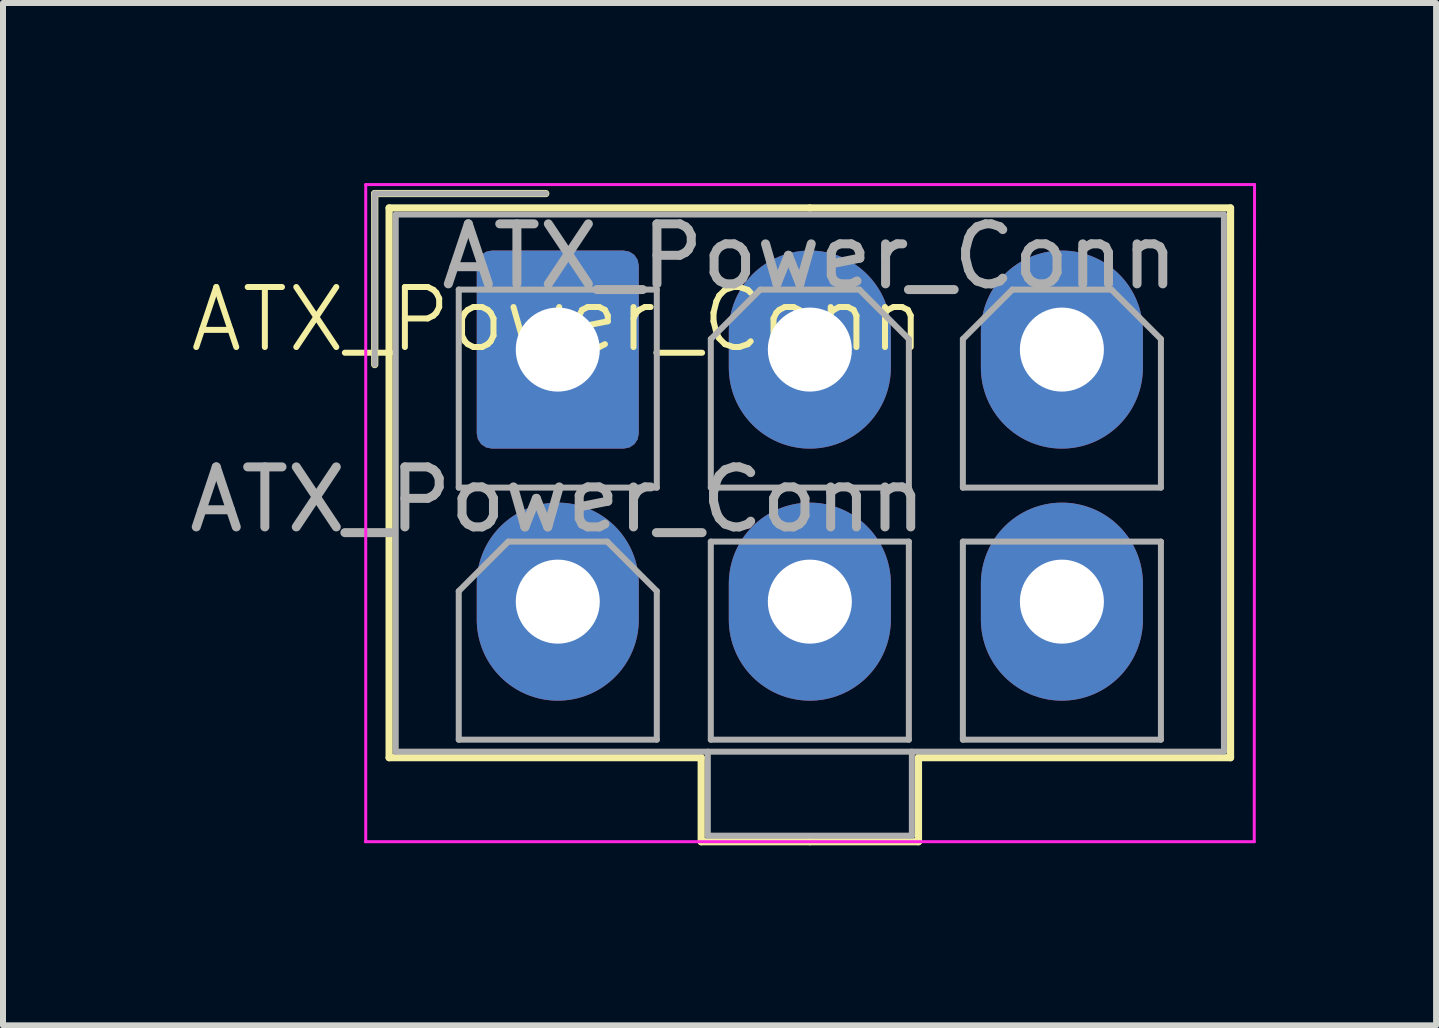
<source format=kicad_pcb>
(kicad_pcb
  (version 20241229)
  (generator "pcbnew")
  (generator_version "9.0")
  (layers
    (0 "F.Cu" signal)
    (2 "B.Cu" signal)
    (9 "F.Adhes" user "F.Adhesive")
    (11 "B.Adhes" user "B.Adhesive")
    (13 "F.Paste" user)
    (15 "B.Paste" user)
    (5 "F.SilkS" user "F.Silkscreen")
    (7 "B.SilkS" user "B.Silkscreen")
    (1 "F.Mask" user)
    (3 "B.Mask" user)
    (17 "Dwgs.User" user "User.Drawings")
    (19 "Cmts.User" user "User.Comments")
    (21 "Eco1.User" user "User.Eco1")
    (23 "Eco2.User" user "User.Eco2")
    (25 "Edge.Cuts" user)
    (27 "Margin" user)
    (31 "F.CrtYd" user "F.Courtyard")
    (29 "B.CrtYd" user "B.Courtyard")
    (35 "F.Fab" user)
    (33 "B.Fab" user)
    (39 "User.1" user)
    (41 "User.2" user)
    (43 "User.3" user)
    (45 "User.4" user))
  (footprint "ATX_Power_Conn"
    (layer "F.Cu")
    (at 6.244 2.775)
    (property "Reference" "ATX_Power_Conn" (at 0 -0.5 0) (unlocked yes) (layer "F.SilkS") (effects (font (size 1 1) (thickness 0.1))))
    (attr smd)
    (fp_line (start -3.05 -2.6) (end -3.05 0.25) (stroke (width 0.12) (type solid)) (layer "F.SilkS"))
    (fp_line (start -2.81 -2.36) (end -2.81 6.8) (stroke (width 0.12) (type solid)) (layer "F.SilkS"))
    (fp_line (start -2.81 6.8) (end 2.39 6.8) (stroke (width 0.12) (type solid)) (layer "F.SilkS"))
    (fp_line (start -0.2 -2.6) (end -3.05 -2.6) (stroke (width 0.12) (type solid)) (layer "F.SilkS"))
    (fp_line (start 2.39 6.8) (end 2.39 8.2) (stroke (width 0.12) (type solid)) (layer "F.SilkS"))
    (fp_line (start 2.39 8.2) (end 4.2 8.2) (stroke (width 0.12) (type solid)) (layer "F.SilkS"))
    (fp_line (start 4.2 -2.36) (end -2.81 -2.36) (stroke (width 0.12) (type solid)) (layer "F.SilkS"))
    (fp_line (start 4.2 -2.36) (end 11.21 -2.36) (stroke (width 0.12) (type solid)) (layer "F.SilkS"))
    (fp_line (start 6.01 6.8) (end 6.01 8.2) (stroke (width 0.12) (type solid)) (layer "F.SilkS"))
    (fp_line (start 6.01 8.2) (end 4.2 8.2) (stroke (width 0.12) (type solid)) (layer "F.SilkS"))
    (fp_line (start 11.21 -2.36) (end 11.21 6.8) (stroke (width 0.12) (type solid)) (layer "F.SilkS"))
    (fp_line (start 11.21 6.8) (end 6.01 6.8) (stroke (width 0.12) (type solid)) (layer "F.SilkS"))
    (fp_line (start -3.205 8.2) (end 11.605 8.2) (stroke (width 0.05) (type solid)) (layer "F.CrtYd"))
    (fp_line (start -3.2 -2.75) (end -3.2 8.2) (stroke (width 0.05) (type solid)) (layer "F.CrtYd"))
    (fp_line (start 11.605 8.2) (end 11.61 -2.75) (stroke (width 0.05) (type solid)) (layer "F.CrtYd"))
    (fp_line (start 11.61 -2.75) (end -3.2 -2.75) (stroke (width 0.05) (type solid)) (layer "F.CrtYd"))
    (fp_line (start -3.05 -2.6) (end -3.05 0.25) (stroke (width 0.1) (type solid)) (layer "F.Fab"))
    (fp_line (start -2.7 -2.25) (end -2.7 6.7) (stroke (width 0.1) (type solid)) (layer "F.Fab"))
    (fp_line (start -2.7 6.7) (end 11.1 6.7) (stroke (width 0.1) (type solid)) (layer "F.Fab"))
    (fp_line (start -1.65 -1) (end -1.65 2.3) (stroke (width 0.1) (type solid)) (layer "F.Fab"))
    (fp_line (start -1.65 2.3) (end 1.65 2.3) (stroke (width 0.1) (type solid)) (layer "F.Fab"))
    (fp_line (start -1.65 4.025) (end -0.825 3.2) (stroke (width 0.1) (type solid)) (layer "F.Fab"))
    (fp_line (start -1.65 6.5) (end -1.65 4.025) (stroke (width 0.1) (type solid)) (layer "F.Fab"))
    (fp_line (start -0.825 3.2) (end 0.825 3.2) (stroke (width 0.1) (type solid)) (layer "F.Fab"))
    (fp_line (start -0.2 -2.6) (end -3.05 -2.6) (stroke (width 0.1) (type solid)) (layer "F.Fab"))
    (fp_line (start 0.825 3.2) (end 1.65 4.025) (stroke (width 0.1) (type solid)) (layer "F.Fab"))
    (fp_line (start 1.65 -1) (end -1.65 -1) (stroke (width 0.1) (type solid)) (layer "F.Fab"))
    (fp_line (start 1.65 2.3) (end 1.65 -1) (stroke (width 0.1) (type solid)) (layer "F.Fab"))
    (fp_line (start 1.65 4.025) (end 1.65 6.5) (stroke (width 0.1) (type solid)) (layer "F.Fab"))
    (fp_line (start 1.65 6.5) (end -1.65 6.5) (stroke (width 0.1) (type solid)) (layer "F.Fab"))
    (fp_line (start 2.5 6.7) (end 2.5 8.1) (stroke (width 0.1) (type solid)) (layer "F.Fab"))
    (fp_line (start 2.5 8.1) (end 5.9 8.1) (stroke (width 0.1) (type solid)) (layer "F.Fab"))
    (fp_line (start 2.55 -0.175) (end 3.375 -1) (stroke (width 0.1) (type solid)) (layer "F.Fab"))
    (fp_line (start 2.55 2.3) (end 2.55 -0.175) (stroke (width 0.1) (type solid)) (layer "F.Fab"))
    (fp_line (start 2.55 3.2) (end 2.55 6.5) (stroke (width 0.1) (type solid)) (layer "F.Fab"))
    (fp_line (start 2.55 6.5) (end 5.85 6.5) (stroke (width 0.1) (type solid)) (layer "F.Fab"))
    (fp_line (start 3.375 -1) (end 5.025 -1) (stroke (width 0.1) (type solid)) (layer "F.Fab"))
    (fp_line (start 5.025 -1) (end 5.85 -0.175) (stroke (width 0.1) (type solid)) (layer "F.Fab"))
    (fp_line (start 5.85 -0.175) (end 5.85 2.3) (stroke (width 0.1) (type solid)) (layer "F.Fab"))
    (fp_line (start 5.85 2.3) (end 2.55 2.3) (stroke (width 0.1) (type solid)) (layer "F.Fab"))
    (fp_line (start 5.85 3.2) (end 2.55 3.2) (stroke (width 0.1) (type solid)) (layer "F.Fab"))
    (fp_line (start 5.85 6.5) (end 5.85 3.2) (stroke (width 0.1) (type solid)) (layer "F.Fab"))
    (fp_line (start 5.9 8.1) (end 5.9 6.7) (stroke (width 0.1) (type solid)) (layer "F.Fab"))
    (fp_line (start 6.75 -0.175) (end 7.575 -1) (stroke (width 0.1) (type solid)) (layer "F.Fab"))
    (fp_line (start 6.75 2.3) (end 6.75 -0.175) (stroke (width 0.1) (type solid)) (layer "F.Fab"))
    (fp_line (start 6.75 3.2) (end 6.75 6.5) (stroke (width 0.1) (type solid)) (layer "F.Fab"))
    (fp_line (start 6.75 6.5) (end 10.05 6.5) (stroke (width 0.1) (type solid)) (layer "F.Fab"))
    (fp_line (start 7.575 -1) (end 9.225 -1) (stroke (width 0.1) (type solid)) (layer "F.Fab"))
    (fp_line (start 9.225 -1) (end 10.05 -0.175) (stroke (width 0.1) (type solid)) (layer "F.Fab"))
    (fp_line (start 10.05 -0.175) (end 10.05 2.3) (stroke (width 0.1) (type solid)) (layer "F.Fab"))
    (fp_line (start 10.05 2.3) (end 6.75 2.3) (stroke (width 0.1) (type solid)) (layer "F.Fab"))
    (fp_line (start 10.05 3.2) (end 6.75 3.2) (stroke (width 0.1) (type solid)) (layer "F.Fab"))
    (fp_line (start 10.05 6.5) (end 10.05 3.2) (stroke (width 0.1) (type solid)) (layer "F.Fab"))
    (fp_line (start 11.1 -2.25) (end -2.7 -2.25) (stroke (width 0.1) (type solid)) (layer "F.Fab"))
    (fp_line (start 11.1 6.7) (end 11.1 -2.25) (stroke (width 0.1) (type solid)) (layer "F.Fab"))
    (fp_text user "${REFERENCE}" (at 0 2.5 0) (unlocked yes) (layer "F.Fab") (effects (font (size 1 1) (thickness 0.15))))
    (fp_text user "${REFERENCE}" (at 4.2 -1.55 0) (layer "F.Fab") (effects (font (size 1 1) (thickness 0.15))))
    (pad "1" thru_hole roundrect (at 0 0) (size 2.7 3.3) (drill 1.4) (layers "*.Cu" "*.Mask") (roundrect_rratio 0.093))
    (pad "2" thru_hole oval (at 4.2 0) (size 2.7 3.3) (drill 1.4) (layers "*.Cu" "*.Mask"))
    (pad "3" thru_hole oval (at 8.4 0) (size 2.7 3.3) (drill 1.4) (layers "*.Cu" "*.Mask"))
    (pad "4" thru_hole oval (at 0 4.2) (size 2.7 3.3) (drill 1.4) (layers "*.Cu" "*.Mask"))
    (pad "5" thru_hole oval (at 4.2 4.2) (size 2.7 3.3) (drill 1.4) (layers "*.Cu" "*.Mask"))
    (pad "6" thru_hole oval (at 8.4 4.2) (size 2.7 3.3) (drill 1.4) (layers "*.Cu" "*.Mask")))
  (gr_rect
    (start -3 -3)
    (end 20.879 14.035)
    (stroke (width 0.1) (type default))
    (fill no)
    (layer "Edge.Cuts")))
</source>
